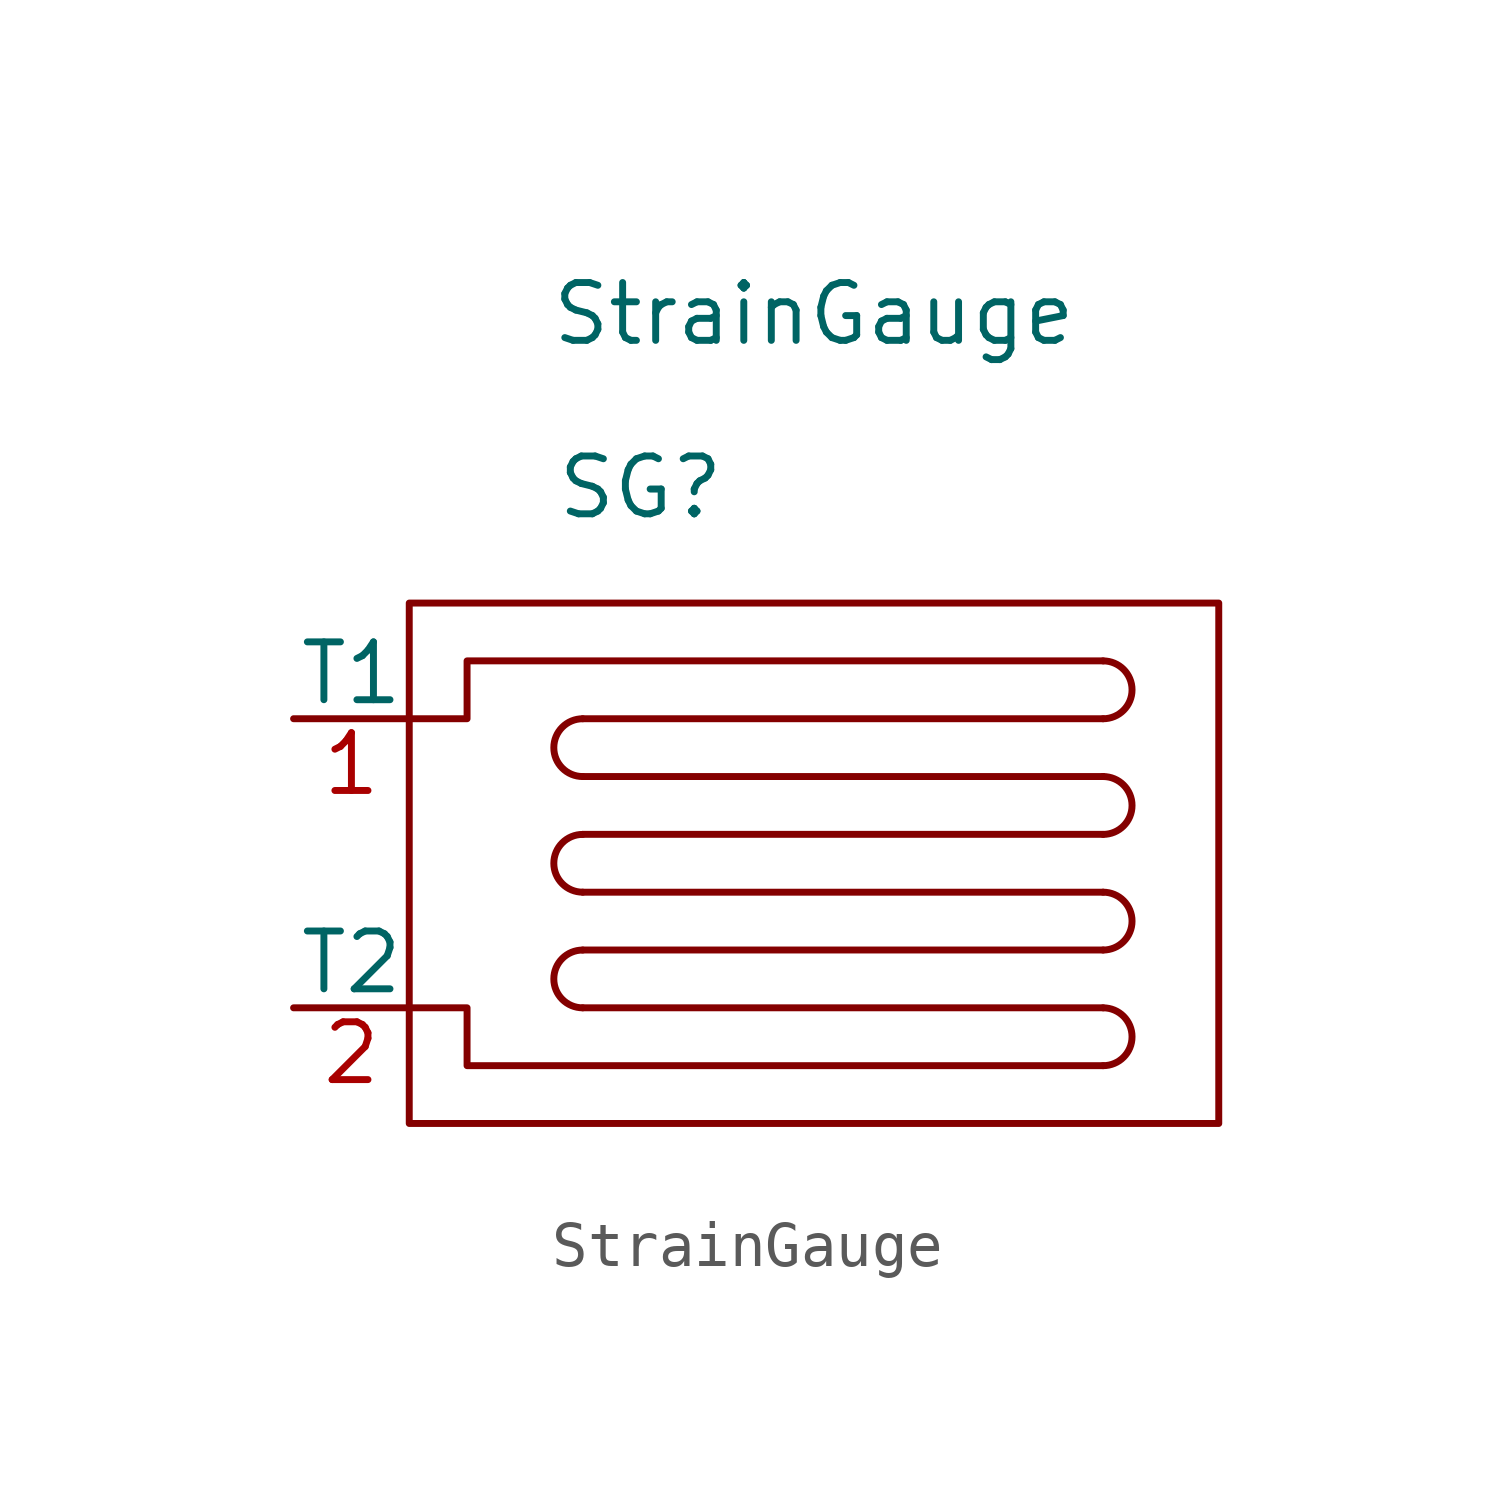
<source format=kicad_sym>
(kicad_symbol_lib
  (version 20211014)
  (generator kicad_symbol_editor)
  (symbol "StrainGauge"
    (pin_names
      (offset 0))
    (property "Reference" "SG"
      (at -3.81 8.89 0)
      (effects (font (size 1.27 1.27))))
    (property "Value" "StrainGauge"
      (at 0 12.7 0)
      (effects (font (size 1.27 1.27))))
    (symbol "StrainGauge_0_1"
      (rectangle (start -8.89 6.35) (end 8.89 -5.08) (stroke (width 0) (type default) (color 0 0 0 0)) (fill (type none)))
      (arc (start -5.08 -1.27) (mid -5.715 -1.905) (end -5.08 -2.54) (stroke (width 0) (type default) (color 0 0 0 0)) (fill (type none)))
      (arc (start -5.08 1.27) (mid -5.715 0.635) (end -5.08 0) (stroke (width 0) (type default) (color 0 0 0 0)) (fill (type none)))
      (arc (start -5.08 3.81) (mid -5.715 3.175) (end -5.08 2.54) (stroke (width 0) (type default) (color 0 0 0 0)) (fill (type none)))
      (polyline (pts (xy -5.08 -2.54) (xy 6.35 -2.54)) (stroke (width 0) (type default) (color 0 0 0 0)) (fill (type none)))
      (polyline (pts (xy -5.08 0) (xy 6.35 0)) (stroke (width 0) (type default) (color 0 0 0 0)) (fill (type none)))
      (polyline (pts (xy -5.08 1.27) (xy 6.35 1.27)) (stroke (width 0) (type default) (color 0 0 0 0)) (fill (type none)))
      (polyline (pts (xy -5.08 2.54) (xy 6.35 2.54)) (stroke (width 0) (type default) (color 0 0 0 0)) (fill (type none)))
      (polyline (pts (xy -5.08 3.81) (xy 6.35 3.81)) (stroke (width 0) (type default) (color 0 0 0 0)) (fill (type none)))
      (polyline (pts (xy 6.35 -1.27) (xy -5.08 -1.27)) (stroke (width 0) (type default) (color 0 0 0 0)) (fill (type none)))
      (polyline (pts (xy 6.35 -3.81) (xy -7.62 -3.81) (xy -7.62 -2.54) (xy -8.89 -2.54)) (stroke (width 0) (type default) (color 0 0 0 0)) (fill (type none)))
      (polyline (pts (xy 6.35 5.08) (xy -7.62 5.08) (xy -7.62 3.81) (xy -8.89 3.81)) (stroke (width 0) (type default) (color 0 0 0 0)) (fill (type none)))
      (arc (start 6.35 -3.81) (mid 6.985 -3.175) (end 6.35 -2.54) (stroke (width 0) (type default) (color 0 0 0 0)) (fill (type none)))
      (arc (start 6.35 -1.27) (mid 6.985 -0.635) (end 6.35 0) (stroke (width 0) (type default) (color 0 0 0 0)) (fill (type none)))
      (arc (start 6.35 1.27) (mid 6.985 1.905) (end 6.35 2.54) (stroke (width 0) (type default) (color 0 0 0 0)) (fill (type none)))
      (arc (start 6.35 2.54) (mid 6.35 5.08) (end 6.35 2.54) (stroke (width 0) (type default) (color 0 0 0 0)) (fill (type none)))
      (arc (start 6.35 3.81) (mid 6.985 4.445) (end 6.35 5.08) (stroke (width 0) (type default) (color 0 0 0 0)) (fill (type none))))
    (symbol "StrainGauge_1_1"
      (pin output line (at -11.43 3.81 0) (length 2.54) (name "T1" (effects (font (size 1.27 1.27)))) (number "1" (effects (font (size 1.27 1.27)))))
      (pin output line (at -11.43 -2.54 0) (length 2.54) (name "T2" (effects (font (size 1.27 1.27)))) (number "2" (effects (font (size 1.27 1.27))))))))
</source>
